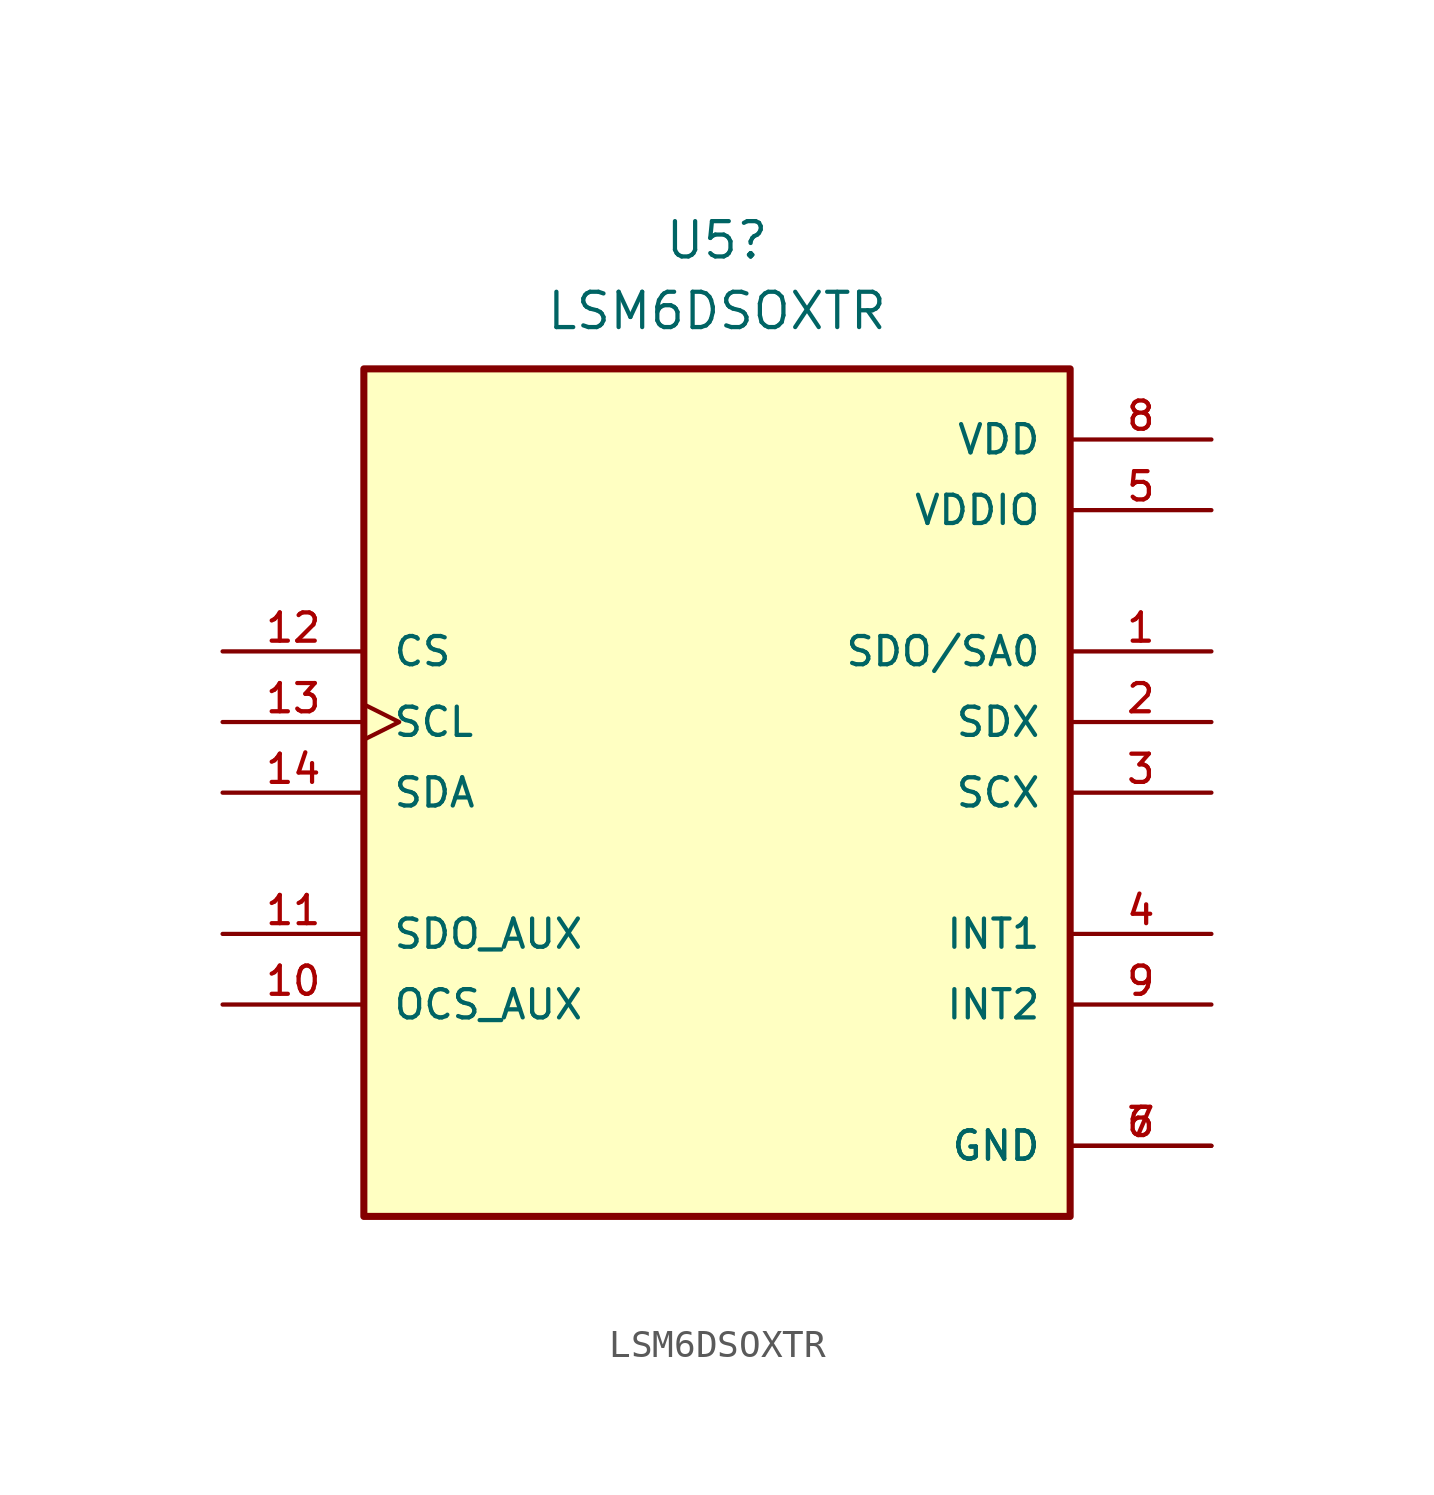
<source format=kicad_sym>
(kicad_symbol_lib
  (version 20231120)
  (generator "kicad_symbol_editor")
  (generator_version "8.0")
  (symbol "LSM6DSOXTR"
    (pin_names
      (offset 1.016))
    (property "Reference" "U5"
      (at 0 19.863 0)
      (effects (font (size 1.27 1.27))))
    (property "Value" "LSM6DSOXTR"
      (at 0 17.323 0)
      (effects (font (size 1.27 1.27))))
    (symbol "LSM6DSOXTR_0_0"
      (rectangle (start -12.7 -15.24) (end 12.7 15.24) (stroke (width 0.254) (type default)) (fill (type background)))
      (pin bidirectional line (at 17.78 5.08 180) (length 5.08) (name "SDO/SA0" (effects (font (size 1.016 1.016)))) (number "1" (effects (font (size 1.016 1.016)))))
      (pin bidirectional line (at -17.78 -7.62 0) (length 5.08) (name "OCS_AUX" (effects (font (size 1.016 1.016)))) (number "10" (effects (font (size 1.016 1.016)))))
      (pin bidirectional line (at -17.78 -5.08 0) (length 5.08) (name "SDO_AUX" (effects (font (size 1.016 1.016)))) (number "11" (effects (font (size 1.016 1.016)))))
      (pin input line (at -17.78 5.08 0) (length 5.08) (name "CS" (effects (font (size 1.016 1.016)))) (number "12" (effects (font (size 1.016 1.016)))))
      (pin input clock (at -17.78 2.54 0) (length 5.08) (name "SCL" (effects (font (size 1.016 1.016)))) (number "13" (effects (font (size 1.016 1.016)))))
      (pin bidirectional line (at -17.78 0 0) (length 5.08) (name "SDA" (effects (font (size 1.016 1.016)))) (number "14" (effects (font (size 1.016 1.016)))))
      (pin bidirectional line (at 17.78 2.54 180) (length 5.08) (name "SDX" (effects (font (size 1.016 1.016)))) (number "2" (effects (font (size 1.016 1.016)))))
      (pin bidirectional line (at 17.78 0 180) (length 5.08) (name "SCX" (effects (font (size 1.016 1.016)))) (number "3" (effects (font (size 1.016 1.016)))))
      (pin output line (at 17.78 -5.08 180) (length 5.08) (name "INT1" (effects (font (size 1.016 1.016)))) (number "4" (effects (font (size 1.016 1.016)))))
      (pin power_in line (at 17.78 10.16 180) (length 5.08) (name "VDDIO" (effects (font (size 1.016 1.016)))) (number "5" (effects (font (size 1.016 1.016)))))
      (pin power_in line (at 17.78 -12.7 180) (length 5.08) (name "GND" (effects (font (size 1.016 1.016)))) (number "6" (effects (font (size 1.016 1.016)))))
      (pin power_in line (at 17.78 -12.7 180) (length 5.08) (name "GND" (effects (font (size 1.016 1.016)))) (number "7" (effects (font (size 1.016 1.016)))))
      (pin power_in line (at 17.78 12.7 180) (length 5.08) (name "VDD" (effects (font (size 1.016 1.016)))) (number "8" (effects (font (size 1.016 1.016)))))
      (pin output line (at 17.78 -7.62 180) (length 5.08) (name "INT2" (effects (font (size 1.016 1.016)))) (number "9" (effects (font (size 1.016 1.016))))))))
</source>
